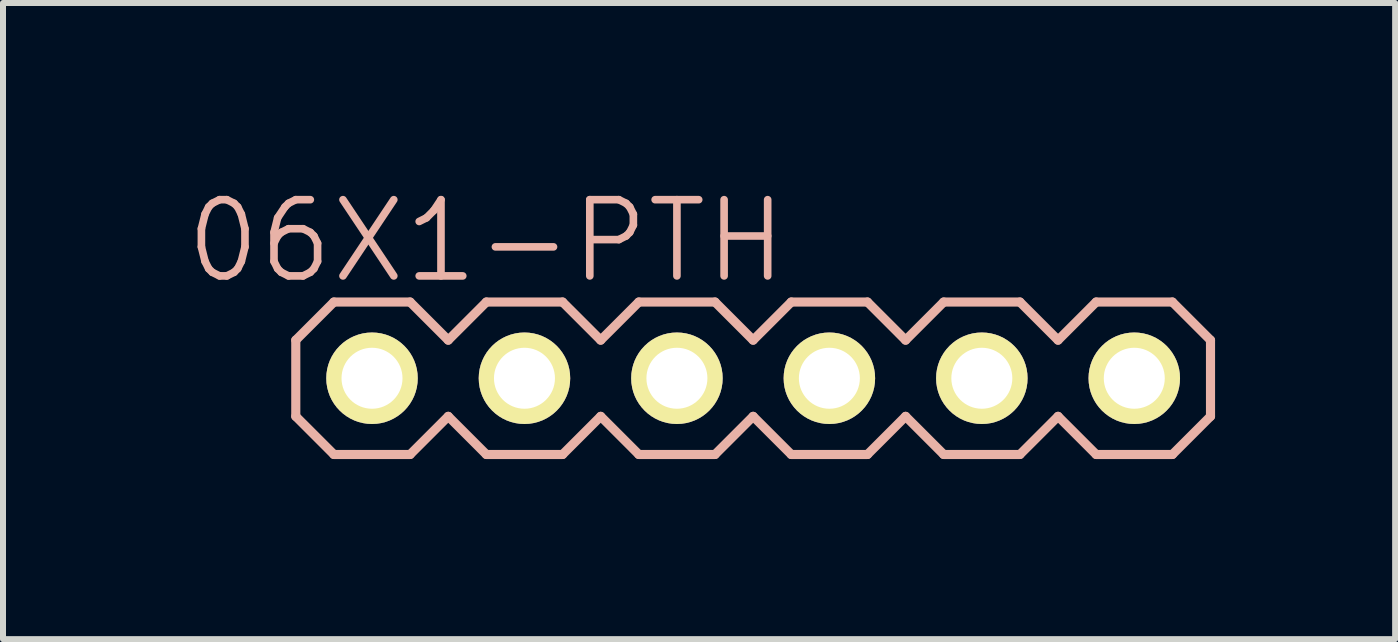
<source format=kicad_pcb>
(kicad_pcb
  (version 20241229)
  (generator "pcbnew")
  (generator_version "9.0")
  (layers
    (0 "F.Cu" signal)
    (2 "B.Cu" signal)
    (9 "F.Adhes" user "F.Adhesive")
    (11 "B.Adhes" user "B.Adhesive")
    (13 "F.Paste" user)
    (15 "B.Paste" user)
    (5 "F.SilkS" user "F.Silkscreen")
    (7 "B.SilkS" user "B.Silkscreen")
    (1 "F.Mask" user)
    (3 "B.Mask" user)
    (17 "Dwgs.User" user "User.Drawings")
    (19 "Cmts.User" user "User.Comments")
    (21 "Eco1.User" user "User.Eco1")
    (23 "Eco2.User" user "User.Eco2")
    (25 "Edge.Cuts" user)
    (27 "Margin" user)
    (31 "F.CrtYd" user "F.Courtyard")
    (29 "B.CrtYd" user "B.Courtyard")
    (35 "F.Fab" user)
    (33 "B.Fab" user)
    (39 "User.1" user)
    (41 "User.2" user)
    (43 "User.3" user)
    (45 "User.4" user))
  (footprint "06X1-PTH"
    (layer "F.Cu")
    (at 9.498 3.252)
    (property "Reference" "06X1-PTH" (at -4.445 -2.286 0) (layer "B.SilkS") (effects (font (size 1.27 1.27) (thickness 0.127))))
    (attr exclude_from_pos_files exclude_from_bom)
    (fp_line (start -6.604 -0.254) (end -6.096 -0.254) (stroke (width 0.066) (type solid)) (layer "F.SilkS"))
    (fp_line (start -6.604 0.254) (end -6.604 -0.254) (stroke (width 0.066) (type solid)) (layer "F.SilkS"))
    (fp_line (start -6.604 0.254) (end -6.096 0.254) (stroke (width 0.066) (type solid)) (layer "F.SilkS"))
    (fp_line (start -6.096 0.254) (end -6.096 -0.254) (stroke (width 0.066) (type solid)) (layer "F.SilkS"))
    (fp_line (start -4.064 -0.254) (end -3.556 -0.254) (stroke (width 0.066) (type solid)) (layer "F.SilkS"))
    (fp_line (start -4.064 0.254) (end -4.064 -0.254) (stroke (width 0.066) (type solid)) (layer "F.SilkS"))
    (fp_line (start -4.064 0.254) (end -3.556 0.254) (stroke (width 0.066) (type solid)) (layer "F.SilkS"))
    (fp_line (start -3.556 0.254) (end -3.556 -0.254) (stroke (width 0.066) (type solid)) (layer "F.SilkS"))
    (fp_line (start -1.524 -0.254) (end -1.016 -0.254) (stroke (width 0.066) (type solid)) (layer "F.SilkS"))
    (fp_line (start -1.524 0.254) (end -1.524 -0.254) (stroke (width 0.066) (type solid)) (layer "F.SilkS"))
    (fp_line (start -1.524 0.254) (end -1.016 0.254) (stroke (width 0.066) (type solid)) (layer "F.SilkS"))
    (fp_line (start -1.016 0.254) (end -1.016 -0.254) (stroke (width 0.066) (type solid)) (layer "F.SilkS"))
    (fp_line (start 1.016 -0.254) (end 1.524 -0.254) (stroke (width 0.066) (type solid)) (layer "F.SilkS"))
    (fp_line (start 1.016 0.254) (end 1.016 -0.254) (stroke (width 0.066) (type solid)) (layer "F.SilkS"))
    (fp_line (start 1.016 0.254) (end 1.524 0.254) (stroke (width 0.066) (type solid)) (layer "F.SilkS"))
    (fp_line (start 1.524 0.254) (end 1.524 -0.254) (stroke (width 0.066) (type solid)) (layer "F.SilkS"))
    (fp_line (start 3.556 -0.254) (end 4.064 -0.254) (stroke (width 0.066) (type solid)) (layer "F.SilkS"))
    (fp_line (start 3.556 0.254) (end 3.556 -0.254) (stroke (width 0.066) (type solid)) (layer "F.SilkS"))
    (fp_line (start 3.556 0.254) (end 4.064 0.254) (stroke (width 0.066) (type solid)) (layer "F.SilkS"))
    (fp_line (start 4.064 0.254) (end 4.064 -0.254) (stroke (width 0.066) (type solid)) (layer "F.SilkS"))
    (fp_line (start 6.096 -0.254) (end 6.604 -0.254) (stroke (width 0.066) (type solid)) (layer "F.SilkS"))
    (fp_line (start 6.096 0.254) (end 6.096 -0.254) (stroke (width 0.066) (type solid)) (layer "F.SilkS"))
    (fp_line (start 6.096 0.254) (end 6.604 0.254) (stroke (width 0.066) (type solid)) (layer "F.SilkS"))
    (fp_line (start 6.604 0.254) (end 6.604 -0.254) (stroke (width 0.066) (type solid)) (layer "F.SilkS"))
    (fp_line (start -7.62 -0.635) (end -7.62 0.635) (stroke (width 0.152) (type solid)) (layer "B.SilkS"))
    (fp_line (start -7.62 0.635) (end -6.985 1.27) (stroke (width 0.152) (type solid)) (layer "B.SilkS"))
    (fp_line (start -6.985 -1.27) (end -7.62 -0.635) (stroke (width 0.152) (type solid)) (layer "B.SilkS"))
    (fp_line (start -6.985 -1.27) (end -5.715 -1.27) (stroke (width 0.152) (type solid)) (layer "B.SilkS"))
    (fp_line (start -5.715 -1.27) (end -5.08 -0.635) (stroke (width 0.152) (type solid)) (layer "B.SilkS"))
    (fp_line (start -5.715 1.27) (end -6.985 1.27) (stroke (width 0.152) (type solid)) (layer "B.SilkS"))
    (fp_line (start -5.08 -0.635) (end -4.445 -1.27) (stroke (width 0.152) (type solid)) (layer "B.SilkS"))
    (fp_line (start -5.08 0.635) (end -5.715 1.27) (stroke (width 0.152) (type solid)) (layer "B.SilkS"))
    (fp_line (start -4.445 -1.27) (end -3.175 -1.27) (stroke (width 0.152) (type solid)) (layer "B.SilkS"))
    (fp_line (start -4.445 1.27) (end -5.08 0.635) (stroke (width 0.152) (type solid)) (layer "B.SilkS"))
    (fp_line (start -3.175 -1.27) (end -2.54 -0.635) (stroke (width 0.152) (type solid)) (layer "B.SilkS"))
    (fp_line (start -3.175 1.27) (end -4.445 1.27) (stroke (width 0.152) (type solid)) (layer "B.SilkS"))
    (fp_line (start -2.54 -0.635) (end -1.905 -1.27) (stroke (width 0.152) (type solid)) (layer "B.SilkS"))
    (fp_line (start -2.54 0.635) (end -3.175 1.27) (stroke (width 0.152) (type solid)) (layer "B.SilkS"))
    (fp_line (start -1.905 -1.27) (end -0.635 -1.27) (stroke (width 0.152) (type solid)) (layer "B.SilkS"))
    (fp_line (start -1.905 1.27) (end -2.54 0.635) (stroke (width 0.152) (type solid)) (layer "B.SilkS"))
    (fp_line (start -0.635 -1.27) (end 0 -0.635) (stroke (width 0.152) (type solid)) (layer "B.SilkS"))
    (fp_line (start -0.635 1.27) (end -1.905 1.27) (stroke (width 0.152) (type solid)) (layer "B.SilkS"))
    (fp_line (start 0 0.635) (end -0.635 1.27) (stroke (width 0.152) (type solid)) (layer "B.SilkS"))
    (fp_line (start 0 0.635) (end 0.635 1.27) (stroke (width 0.152) (type solid)) (layer "B.SilkS"))
    (fp_line (start 0.635 -1.27) (end 0 -0.635) (stroke (width 0.152) (type solid)) (layer "B.SilkS"))
    (fp_line (start 0.635 -1.27) (end 1.905 -1.27) (stroke (width 0.152) (type solid)) (layer "B.SilkS"))
    (fp_line (start 1.905 -1.27) (end 2.54 -0.635) (stroke (width 0.152) (type solid)) (layer "B.SilkS"))
    (fp_line (start 1.905 1.27) (end 0.635 1.27) (stroke (width 0.152) (type solid)) (layer "B.SilkS"))
    (fp_line (start 2.54 -0.635) (end 3.175 -1.27) (stroke (width 0.152) (type solid)) (layer "B.SilkS"))
    (fp_line (start 2.54 0.635) (end 1.905 1.27) (stroke (width 0.152) (type solid)) (layer "B.SilkS"))
    (fp_line (start 3.175 -1.27) (end 4.445 -1.27) (stroke (width 0.152) (type solid)) (layer "B.SilkS"))
    (fp_line (start 3.175 1.27) (end 2.54 0.635) (stroke (width 0.152) (type solid)) (layer "B.SilkS"))
    (fp_line (start 4.445 -1.27) (end 5.08 -0.635) (stroke (width 0.152) (type solid)) (layer "B.SilkS"))
    (fp_line (start 4.445 1.27) (end 3.175 1.27) (stroke (width 0.152) (type solid)) (layer "B.SilkS"))
    (fp_line (start 5.08 -0.635) (end 5.715 -1.27) (stroke (width 0.152) (type solid)) (layer "B.SilkS"))
    (fp_line (start 5.08 0.635) (end 4.445 1.27) (stroke (width 0.152) (type solid)) (layer "B.SilkS"))
    (fp_line (start 5.715 -1.27) (end 6.985 -1.27) (stroke (width 0.152) (type solid)) (layer "B.SilkS"))
    (fp_line (start 5.715 1.27) (end 5.08 0.635) (stroke (width 0.152) (type solid)) (layer "B.SilkS"))
    (fp_line (start 6.985 -1.27) (end 7.62 -0.635) (stroke (width 0.152) (type solid)) (layer "B.SilkS"))
    (fp_line (start 6.985 1.27) (end 5.715 1.27) (stroke (width 0.152) (type solid)) (layer "B.SilkS"))
    (fp_line (start 7.62 -0.635) (end 7.62 0.635) (stroke (width 0.152) (type solid)) (layer "B.SilkS"))
    (fp_line (start 7.62 0.635) (end 6.985 1.27) (stroke (width 0.152) (type solid)) (layer "B.SilkS"))
    (pad "1" thru_hole circle (at -6.35 0) (size 1.524 1.524) (drill 1.016) (layers "*.Cu" "F.Mask" "F.SilkS" "F.Paste"))
    (pad "2" thru_hole circle (at -3.81 0) (size 1.524 1.524) (drill 1.016) (layers "*.Cu" "F.Mask" "F.SilkS" "F.Paste"))
    (pad "3" thru_hole circle (at -1.27 0) (size 1.524 1.524) (drill 1.016) (layers "*.Cu" "F.Mask" "F.SilkS" "F.Paste"))
    (pad "4" thru_hole circle (at 1.27 0) (size 1.524 1.524) (drill 1.016) (layers "*.Cu" "F.Mask" "F.SilkS" "F.Paste"))
    (pad "5" thru_hole circle (at 3.81 0) (size 1.524 1.524) (drill 1.016) (layers "*.Cu" "F.Mask" "F.SilkS" "F.Paste"))
    (pad "6" thru_hole circle (at 6.35 0) (size 1.524 1.524) (drill 1.016) (layers "*.Cu" "F.Mask" "F.SilkS" "F.Paste")))
  (gr_rect
    (start -3 -3)
    (end 20.194 7.598)
    (stroke (width 0.1) (type default))
    (fill no)
    (layer "Edge.Cuts")))
</source>
